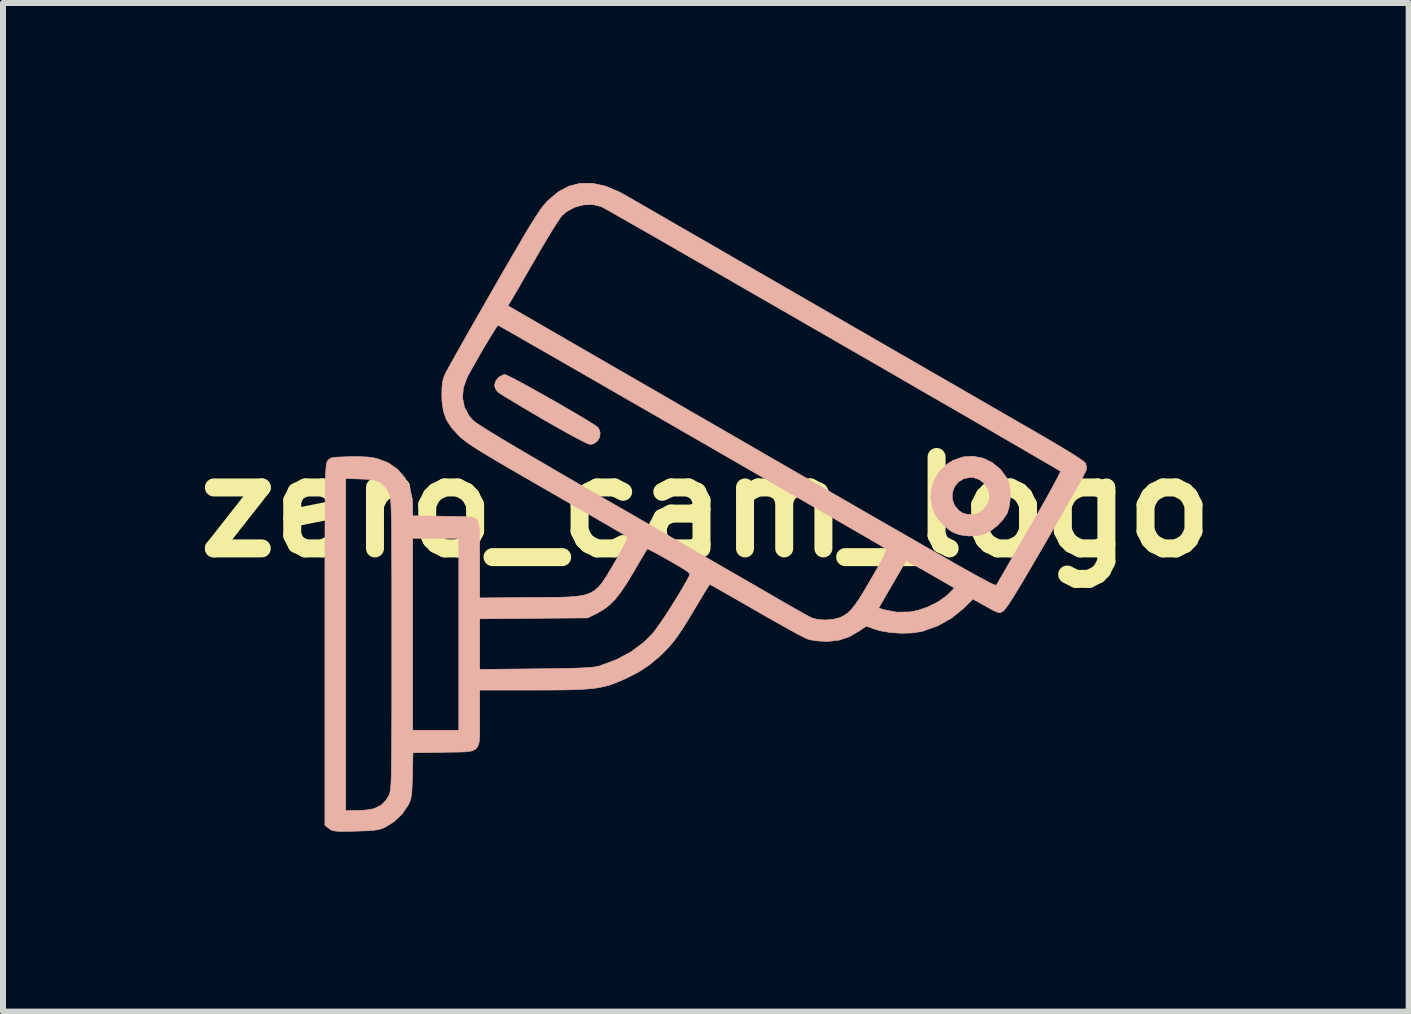
<source format=kicad_pcb>
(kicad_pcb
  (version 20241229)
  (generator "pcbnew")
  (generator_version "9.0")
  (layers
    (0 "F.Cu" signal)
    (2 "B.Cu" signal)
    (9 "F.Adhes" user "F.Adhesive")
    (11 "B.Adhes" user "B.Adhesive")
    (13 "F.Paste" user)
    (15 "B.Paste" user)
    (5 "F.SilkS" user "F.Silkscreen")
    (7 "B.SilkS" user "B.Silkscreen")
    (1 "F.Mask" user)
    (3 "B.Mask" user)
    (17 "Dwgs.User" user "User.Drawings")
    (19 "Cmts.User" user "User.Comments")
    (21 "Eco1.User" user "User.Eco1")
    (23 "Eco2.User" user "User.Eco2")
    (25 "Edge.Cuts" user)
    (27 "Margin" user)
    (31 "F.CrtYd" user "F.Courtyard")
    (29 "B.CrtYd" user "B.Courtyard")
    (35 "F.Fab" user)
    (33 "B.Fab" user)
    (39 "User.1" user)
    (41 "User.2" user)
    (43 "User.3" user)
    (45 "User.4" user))
  (footprint "zero_cam_logo"
    (layer "F.Cu")
    (at 8.716 5.402)
    (property "Reference" "zero_cam_logo" (at 0 0 0) (layer "F.SilkS") (effects (font (size 1.524 1.524) (thickness 0.3))))
    (attr through_hole)
    (fp_poly (pts (xy -3.317 -2.196) (xy -3.246 -2.162) (xy -3.145 -2.109) (xy -3.02 -2.042) (xy -2.877 -1.963) (xy -2.722 -1.877) (xy -2.562 -1.786) (xy -2.401 -1.694) (xy -2.248 -1.605) (xy -2.107 -1.522) (xy -1.984 -1.448) (xy -1.887 -1.388) (xy -1.821 -1.344) (xy -1.792 -1.321) (xy -1.762 -1.246) (xy -1.769 -1.167) (xy -1.808 -1.099) (xy -1.872 -1.054) (xy -1.929 -1.044) (xy -1.969 -1.057) (xy -2.047 -1.094) (xy -2.159 -1.152) (xy -2.302 -1.229) (xy -2.47 -1.323) (xy -2.66 -1.432) (xy -2.707 -1.459) (xy -2.88 -1.56) (xy -3.041 -1.655) (xy -3.184 -1.741) (xy -3.304 -1.814) (xy -3.396 -1.87) (xy -3.454 -1.908) (xy -3.47 -1.92) (xy -3.51 -1.979) (xy -3.522 -2.034) (xy -3.501 -2.105) (xy -3.447 -2.168) (xy -3.378 -2.204) (xy -3.351 -2.208) (xy -3.317 -2.196)) (stroke (width 0.01) (type solid)) (fill yes) (layer "B.SilkS"))
    (fp_poly (pts (xy 4.622 -0.814) (xy 4.775 -0.74) (xy 4.911 -0.628) (xy 5.02 -0.48) (xy 5.028 -0.465) (xy 5.059 -0.373) (xy 5.073 -0.251) (xy 5.072 -0.119) (xy 5.054 0.006) (xy 5.022 0.106) (xy 5.018 0.113) (xy 4.95 0.212) (xy 4.857 0.31) (xy 4.755 0.391) (xy 4.677 0.435) (xy 4.538 0.473) (xy 4.383 0.483) (xy 4.24 0.464) (xy 4.237 0.463) (xy 4.163 0.439) (xy 4.103 0.412) (xy 4.044 0.37) (xy 3.971 0.306) (xy 3.938 0.275) (xy 3.835 0.148) (xy 3.773 0.002) (xy 3.753 -0.131) (xy 4.108 -0.131) (xy 4.145 -0.027) (xy 4.22 0.061) (xy 4.286 0.104) (xy 4.361 0.122) (xy 4.42 0.124) (xy 4.502 0.119) (xy 4.56 0.098) (xy 4.618 0.051) (xy 4.627 0.041) (xy 4.702 -0.055) (xy 4.732 -0.153) (xy 4.717 -0.262) (xy 4.711 -0.283) (xy 4.653 -0.382) (xy 4.565 -0.455) (xy 4.461 -0.493) (xy 4.423 -0.496) (xy 4.305 -0.475) (xy 4.21 -0.419) (xy 4.144 -0.336) (xy 4.109 -0.237) (xy 4.108 -0.131) (xy 3.753 -0.131) (xy 3.75 -0.154) (xy 3.764 -0.312) (xy 3.815 -0.463) (xy 3.901 -0.601) (xy 4.021 -0.716) (xy 4.123 -0.779) (xy 4.288 -0.836) (xy 4.457 -0.847) (xy 4.622 -0.814)) (stroke (width 0.01) (type solid)) (fill yes) (layer "B.SilkS"))
    (fp_poly (pts (xy -1.886 -5.396) (xy -1.67 -5.348) (xy -1.442 -5.252) (xy -1.352 -5.203) (xy -1.303 -5.175) (xy -1.214 -5.124) (xy -1.088 -5.051) (xy -0.927 -4.958) (xy -0.734 -4.847) (xy -0.512 -4.718) (xy -0.263 -4.575) (xy 0.009 -4.418) (xy 0.302 -4.249) (xy 0.613 -4.069) (xy 0.94 -3.881) (xy 1.279 -3.685) (xy 1.628 -3.484) (xy 1.724 -3.428) (xy 2.089 -3.217) (xy 2.455 -3.006) (xy 2.816 -2.797) (xy 3.171 -2.592) (xy 3.515 -2.394) (xy 3.845 -2.203) (xy 4.157 -2.024) (xy 4.447 -1.856) (xy 4.712 -1.703) (xy 4.948 -1.567) (xy 5.152 -1.449) (xy 5.32 -1.352) (xy 5.441 -1.283) (xy 5.694 -1.136) (xy 5.906 -1.011) (xy 6.075 -0.908) (xy 6.202 -0.827) (xy 6.287 -0.769) (xy 6.328 -0.734) (xy 6.331 -0.729) (xy 6.345 -0.661) (xy 6.341 -0.616) (xy 6.326 -0.584) (xy 6.289 -0.513) (xy 6.231 -0.408) (xy 6.155 -0.272) (xy 6.064 -0.111) (xy 5.96 0.072) (xy 5.846 0.272) (xy 5.723 0.486) (xy 5.675 0.57) (xy 5.518 0.84) (xy 5.383 1.07) (xy 5.27 1.261) (xy 5.177 1.416) (xy 5.101 1.538) (xy 5.042 1.628) (xy 4.997 1.69) (xy 4.967 1.726) (xy 4.954 1.736) (xy 4.927 1.751) (xy 4.904 1.76) (xy 4.877 1.758) (xy 4.838 1.745) (xy 4.78 1.716) (xy 4.694 1.669) (xy 4.576 1.603) (xy 4.452 1.534) (xy 4.29 1.693) (xy 4.095 1.852) (xy 3.868 1.979) (xy 3.62 2.068) (xy 3.597 2.074) (xy 3.437 2.099) (xy 3.254 2.104) (xy 3.066 2.091) (xy 2.894 2.06) (xy 2.819 2.037) (xy 2.674 1.985) (xy 2.561 2.063) (xy 2.395 2.16) (xy 2.229 2.217) (xy 2.046 2.239) (xy 1.997 2.239) (xy 1.862 2.232) (xy 1.746 2.214) (xy 1.691 2.199) (xy 1.645 2.177) (xy 1.561 2.134) (xy 1.446 2.072) (xy 1.306 1.994) (xy 1.146 1.904) (xy 0.972 1.806) (xy 0.831 1.724) (xy 0.655 1.623) (xy 0.493 1.53) (xy 0.35 1.449) (xy 0.231 1.381) (xy 0.141 1.33) (xy 0.084 1.299) (xy 0.066 1.29) (xy 0.05 1.31) (xy 0.014 1.367) (xy -0.039 1.453) (xy -0.104 1.561) (xy -0.175 1.681) (xy -0.292 1.875) (xy -0.391 2.034) (xy -0.48 2.163) (xy -0.563 2.272) (xy -0.647 2.367) (xy -0.736 2.457) (xy -0.778 2.496) (xy -0.942 2.632) (xy -1.115 2.746) (xy -1.314 2.849) (xy -1.406 2.89) (xy -1.501 2.929) (xy -1.59 2.962) (xy -1.679 2.988) (xy -1.774 3.008) (xy -1.88 3.024) (xy -2.005 3.035) (xy -2.154 3.043) (xy -2.332 3.048) (xy -2.547 3.05) (xy -2.804 3.051) (xy -2.876 3.051) (xy -3.77 3.051) (xy -3.77 3.507) (xy -3.769 3.686) (xy -3.771 3.823) (xy -3.78 3.924) (xy -3.803 3.995) (xy -3.845 4.041) (xy -3.912 4.068) (xy -4.01 4.081) (xy -4.144 4.085) (xy -4.321 4.087) (xy -4.374 4.088) (xy -4.882 4.096) (xy -4.891 4.472) (xy -4.895 4.62) (xy -4.9 4.727) (xy -4.908 4.805) (xy -4.919 4.864) (xy -4.936 4.914) (xy -4.96 4.965) (xy -4.966 4.975) (xy -5.066 5.12) (xy -5.201 5.247) (xy -5.354 5.341) (xy -5.355 5.342) (xy -5.408 5.363) (xy -5.467 5.378) (xy -5.542 5.389) (xy -5.642 5.396) (xy -5.777 5.401) (xy -5.842 5.403) (xy -5.986 5.406) (xy -6.09 5.406) (xy -6.161 5.403) (xy -6.21 5.396) (xy -6.245 5.383) (xy -6.274 5.364) (xy -6.282 5.358) (xy -6.35 5.305) (xy -6.35 5.06) (xy -6.003 5.06) (xy -5.81 5.059) (xy -5.703 5.054) (xy -5.601 5.042) (xy -5.526 5.025) (xy -5.524 5.024) (xy -5.411 4.968) (xy -5.33 4.887) (xy -5.28 4.8) (xy -5.273 4.781) (xy -5.266 4.759) (xy -5.26 4.73) (xy -5.255 4.691) (xy -5.251 4.64) (xy -5.247 4.572) (xy -5.244 4.485) (xy -5.242 4.377) (xy -5.24 4.244) (xy -5.238 4.082) (xy -5.237 3.89) (xy -5.236 3.664) (xy -5.235 3.4) (xy -5.235 3.097) (xy -5.235 2.751) (xy -5.235 2.359) (xy -5.235 2.282) (xy -5.235 1.881) (xy -5.235 1.527) (xy -5.235 1.216) (xy -5.236 0.946) (xy -5.237 0.713) (xy -5.238 0.521) (xy -4.887 0.521) (xy -4.887 3.721) (xy -4.118 3.721) (xy -4.118 1.863) (xy -3.77 1.863) (xy -3.77 2.707) (xy -2.834 2.697) (xy -2.58 2.694) (xy -2.37 2.691) (xy -2.2 2.687) (xy -2.065 2.682) (xy -1.96 2.676) (xy -1.881 2.669) (xy -1.821 2.66) (xy -1.777 2.65) (xy -1.774 2.649) (xy -1.49 2.543) (xy -1.245 2.412) (xy -1.031 2.252) (xy -0.9 2.123) (xy -0.845 2.054) (xy -0.77 1.951) (xy -0.684 1.823) (xy -0.59 1.679) (xy -0.496 1.528) (xy -0.406 1.38) (xy -0.327 1.242) (xy -0.277 1.151) (xy -0.27 1.13) (xy -0.275 1.109) (xy -0.297 1.084) (xy -0.343 1.051) (xy -0.418 1.004) (xy -0.527 0.94) (xy -0.609 0.893) (xy -0.729 0.825) (xy -0.832 0.768) (xy -0.913 0.726) (xy -0.963 0.701) (xy -0.977 0.697) (xy -0.992 0.721) (xy -1.027 0.78) (xy -1.079 0.868) (xy -1.143 0.977) (xy -1.203 1.079) (xy -1.318 1.27) (xy -1.42 1.421) (xy -1.513 1.54) (xy -1.605 1.632) (xy -1.699 1.705) (xy -1.803 1.765) (xy -1.81 1.769) (xy -1.971 1.848) (xy -2.871 1.855) (xy -3.77 1.863) (xy -4.118 1.863) (xy -4.118 0.521) (xy -4.887 0.521) (xy -5.238 0.521) (xy -5.238 0.515) (xy -5.239 0.348) (xy -5.241 0.21) (xy -5.244 0.097) (xy -5.247 0.007) (xy -5.25 -0.064) (xy -5.254 -0.118) (xy -5.259 -0.16) (xy -5.265 -0.191) (xy -5.272 -0.214) (xy -5.279 -0.233) (xy -5.281 -0.238) (xy -5.331 -0.318) (xy -5.395 -0.387) (xy -5.411 -0.399) (xy -5.456 -0.427) (xy -5.506 -0.446) (xy -5.572 -0.457) (xy -5.669 -0.464) (xy -5.748 -0.467) (xy -6.003 -0.476) (xy -6.003 5.06) (xy -6.35 5.06) (xy -6.35 2.295) (xy -6.35 1.846) (xy -6.35 1.444) (xy -6.35 1.086) (xy -6.349 0.77) (xy -6.349 0.493) (xy -6.348 0.252) (xy -6.347 0.045) (xy -6.346 -0.132) (xy -6.344 -0.279) (xy -6.342 -0.401) (xy -6.34 -0.5) (xy -6.337 -0.578) (xy -6.333 -0.639) (xy -6.329 -0.684) (xy -6.324 -0.717) (xy -6.319 -0.74) (xy -6.313 -0.756) (xy -6.306 -0.767) (xy -6.303 -0.772) (xy -6.28 -0.797) (xy -6.252 -0.814) (xy -6.209 -0.825) (xy -6.142 -0.832) (xy -6.041 -0.836) (xy -5.945 -0.839) (xy -5.771 -0.84) (xy -5.635 -0.834) (xy -5.524 -0.818) (xy -5.482 -0.808) (xy -5.294 -0.737) (xy -5.138 -0.629) (xy -5.017 -0.489) (xy -4.934 -0.32) (xy -4.892 -0.126) (xy -4.887 -0.026) (xy -4.887 0.146) (xy -4.376 0.154) (xy -4.204 0.156) (xy -4.076 0.159) (xy -3.983 0.163) (xy -3.918 0.169) (xy -3.876 0.177) (xy -3.849 0.189) (xy -3.83 0.205) (xy -3.818 0.22) (xy -3.803 0.241) (xy -3.792 0.269) (xy -3.783 0.308) (xy -3.777 0.366) (xy -3.774 0.45) (xy -3.771 0.564) (xy -3.771 0.715) (xy -3.77 0.897) (xy -3.77 1.515) (xy -2.908 1.508) (xy -2.655 1.506) (xy -2.445 1.504) (xy -2.273 1.498) (xy -2.134 1.486) (xy -2.021 1.466) (xy -1.929 1.434) (xy -1.852 1.39) (xy -1.784 1.328) (xy -1.72 1.249) (xy -1.653 1.147) (xy -1.578 1.022) (xy -1.491 0.872) (xy -1.423 0.752) (xy -1.366 0.646) (xy -1.326 0.564) (xy -1.306 0.512) (xy -1.305 0.497) (xy -1.33 0.481) (xy -1.394 0.443) (xy -1.494 0.385) (xy -1.625 0.308) (xy -1.785 0.216) (xy -1.968 0.11) (xy -2.172 -0.008) (xy -2.393 -0.135) (xy -2.626 -0.269) (xy -2.642 -0.278) (xy -2.919 -0.438) (xy -3.156 -0.575) (xy -3.358 -0.692) (xy -3.526 -0.791) (xy -3.666 -0.875) (xy -3.781 -0.945) (xy -3.874 -1.004) (xy -3.948 -1.054) (xy -4.008 -1.097) (xy -4.057 -1.136) (xy -4.099 -1.172) (xy -4.12 -1.193) (xy -4.242 -1.326) (xy -4.325 -1.457) (xy -4.375 -1.598) (xy -4.398 -1.764) (xy -4.4 -1.823) (xy -4.056 -1.823) (xy -4.024 -1.664) (xy -3.945 -1.518) (xy -3.887 -1.45) (xy -3.857 -1.425) (xy -3.804 -1.387) (xy -3.725 -1.335) (xy -3.621 -1.27) (xy -3.487 -1.188) (xy -3.324 -1.09) (xy -3.128 -0.974) (xy -2.898 -0.839) (xy -2.633 -0.684) (xy -2.331 -0.508) (xy -1.989 -0.31) (xy -1.606 -0.089) (xy -1.513 -0.036) (xy -1.193 0.148) (xy -0.877 0.33) (xy -0.57 0.508) (xy -0.273 0.678) (xy 0.007 0.84) (xy 0.269 0.992) (xy 0.509 1.13) (xy 0.722 1.253) (xy 0.906 1.359) (xy 1.056 1.446) (xy 1.169 1.512) (xy 1.222 1.543) (xy 1.365 1.625) (xy 1.497 1.7) (xy 1.612 1.765) (xy 1.701 1.814) (xy 1.758 1.844) (xy 1.768 1.849) (xy 1.871 1.875) (xy 1.998 1.883) (xy 2.126 1.872) (xy 2.235 1.843) (xy 2.245 1.839) (xy 2.308 1.806) (xy 2.365 1.766) (xy 2.422 1.712) (xy 2.444 1.684) (xy 2.881 1.684) (xy 2.96 1.709) (xy 3.182 1.753) (xy 3.406 1.748) (xy 3.534 1.723) (xy 3.7 1.666) (xy 3.861 1.586) (xy 3.997 1.492) (xy 4.053 1.442) (xy 4.143 1.349) (xy 3.744 1.119) (xy 3.618 1.047) (xy 3.507 0.985) (xy 3.419 0.937) (xy 3.36 0.907) (xy 3.338 0.897) (xy 3.338 0.897) (xy 3.324 0.92) (xy 3.289 0.979) (xy 3.238 1.068) (xy 3.174 1.178) (xy 3.106 1.295) (xy 2.881 1.684) (xy 2.444 1.684) (xy 2.481 1.639) (xy 2.549 1.541) (xy 2.629 1.412) (xy 2.727 1.247) (xy 2.764 1.182) (xy 2.856 1.023) (xy 2.923 0.901) (xy 2.969 0.812) (xy 2.996 0.751) (xy 3.006 0.713) (xy 3.001 0.694) (xy 2.999 0.693) (xy 2.964 0.672) (xy 2.891 0.629) (xy 2.78 0.564) (xy 2.637 0.481) (xy 2.462 0.38) (xy 2.26 0.263) (xy 2.033 0.132) (xy 1.784 -0.012) (xy 1.516 -0.167) (xy 1.232 -0.331) (xy 0.934 -0.503) (xy 0.625 -0.681) (xy 0.309 -0.863) (xy -0.012 -1.048) (xy -0.335 -1.234) (xy -0.657 -1.42) (xy -0.975 -1.603) (xy -1.287 -1.782) (xy -1.589 -1.956) (xy -1.878 -2.123) (xy -2.153 -2.281) (xy -2.409 -2.428) (xy -2.644 -2.563) (xy -2.856 -2.684) (xy -3.04 -2.79) (xy -3.195 -2.879) (xy -3.318 -2.949) (xy -3.405 -2.998) (xy -3.454 -3.026) (xy -3.464 -3.031) (xy -3.481 -3.011) (xy -3.518 -2.955) (xy -3.57 -2.871) (xy -3.634 -2.766) (xy -3.704 -2.649) (xy -3.776 -2.525) (xy -3.845 -2.404) (xy -3.908 -2.292) (xy -3.96 -2.197) (xy -3.98 -2.158) (xy -4.042 -1.989) (xy -4.056 -1.823) (xy -4.4 -1.823) (xy -4.401 -1.873) (xy -4.398 -2) (xy -4.387 -2.094) (xy -4.365 -2.172) (xy -4.347 -2.214) (xy -4.326 -2.257) (xy -4.281 -2.338) (xy -4.217 -2.454) (xy -4.135 -2.6) (xy -4.037 -2.773) (xy -3.926 -2.968) (xy -3.805 -3.182) (xy -3.705 -3.355) (xy -3.299 -3.355) (xy -2.214 -2.728) (xy -1.562 -2.351) (xy -0.951 -1.999) (xy -0.381 -1.669) (xy 0.151 -1.362) (xy 0.645 -1.077) (xy 1.103 -0.812) (xy 1.526 -0.568) (xy 1.916 -0.343) (xy 2.274 -0.137) (xy 2.601 0.052) (xy 2.899 0.224) (xy 3.17 0.379) (xy 3.414 0.519) (xy 3.632 0.645) (xy 3.827 0.756) (xy 4 0.855) (xy 4.152 0.941) (xy 4.284 1.016) (xy 4.398 1.08) (xy 4.495 1.134) (xy 4.577 1.179) (xy 4.645 1.215) (xy 4.699 1.244) (xy 4.743 1.267) (xy 4.777 1.283) (xy 4.802 1.294) (xy 4.819 1.3) (xy 4.831 1.303) (xy 4.839 1.303) (xy 4.843 1.301) (xy 4.846 1.297) (xy 4.847 1.295) (xy 4.864 1.266) (xy 4.903 1.198) (xy 4.962 1.097) (xy 5.037 0.966) (xy 5.126 0.812) (xy 5.227 0.637) (xy 5.336 0.448) (xy 5.4 0.338) (xy 5.512 0.144) (xy 5.614 -0.037) (xy 5.706 -0.201) (xy 5.783 -0.342) (xy 5.845 -0.456) (xy 5.887 -0.54) (xy 5.909 -0.587) (xy 5.911 -0.597) (xy 5.886 -0.612) (xy 5.821 -0.651) (xy 5.719 -0.711) (xy 5.581 -0.791) (xy 5.411 -0.89) (xy 5.212 -1.006) (xy 4.985 -1.137) (xy 4.734 -1.283) (xy 4.461 -1.441) (xy 4.169 -1.61) (xy 3.86 -1.788) (xy 3.537 -1.974) (xy 3.204 -2.167) (xy 2.862 -2.365) (xy 2.514 -2.565) (xy 2.162 -2.768) (xy 1.81 -2.971) (xy 1.461 -3.172) (xy 1.116 -3.371) (xy 0.778 -3.565) (xy 0.45 -3.754) (xy 0.136 -3.935) (xy -0.164 -4.107) (xy -0.446 -4.269) (xy -0.706 -4.419) (xy -0.944 -4.555) (xy -1.156 -4.676) (xy -1.339 -4.781) (xy -1.49 -4.867) (xy -1.608 -4.934) (xy -1.69 -4.98) (xy -1.732 -5.003) (xy -1.736 -5.006) (xy -1.88 -5.042) (xy -2.035 -5.038) (xy -2.188 -4.997) (xy -2.325 -4.922) (xy -2.398 -4.859) (xy -2.43 -4.816) (xy -2.483 -4.736) (xy -2.553 -4.626) (xy -2.635 -4.491) (xy -2.726 -4.339) (xy -2.822 -4.175) (xy -2.84 -4.142) (xy -2.935 -3.978) (xy -3.024 -3.824) (xy -3.103 -3.686) (xy -3.17 -3.572) (xy -3.219 -3.487) (xy -3.248 -3.438) (xy -3.252 -3.432) (xy -3.299 -3.355) (xy -3.705 -3.355) (xy -3.675 -3.409) (xy -3.542 -3.64) (xy -3.384 -3.915) (xy -3.247 -4.151) (xy -3.131 -4.351) (xy -3.033 -4.518) (xy -2.95 -4.657) (xy -2.88 -4.771) (xy -2.821 -4.863) (xy -2.772 -4.936) (xy -2.729 -4.996) (xy -2.69 -5.044) (xy -2.654 -5.086) (xy -2.629 -5.111) (xy -2.46 -5.254) (xy -2.28 -5.35) (xy -2.089 -5.397) (xy -1.886 -5.396)) (stroke (width 0.01) (type solid)) (fill yes) (layer "B.SilkS")))
  (gr_rect
    (start -3 -3)
    (end 20.432 13.813)
    (stroke (width 0.1) (type default))
    (fill no)
    (layer "Edge.Cuts")))
</source>
